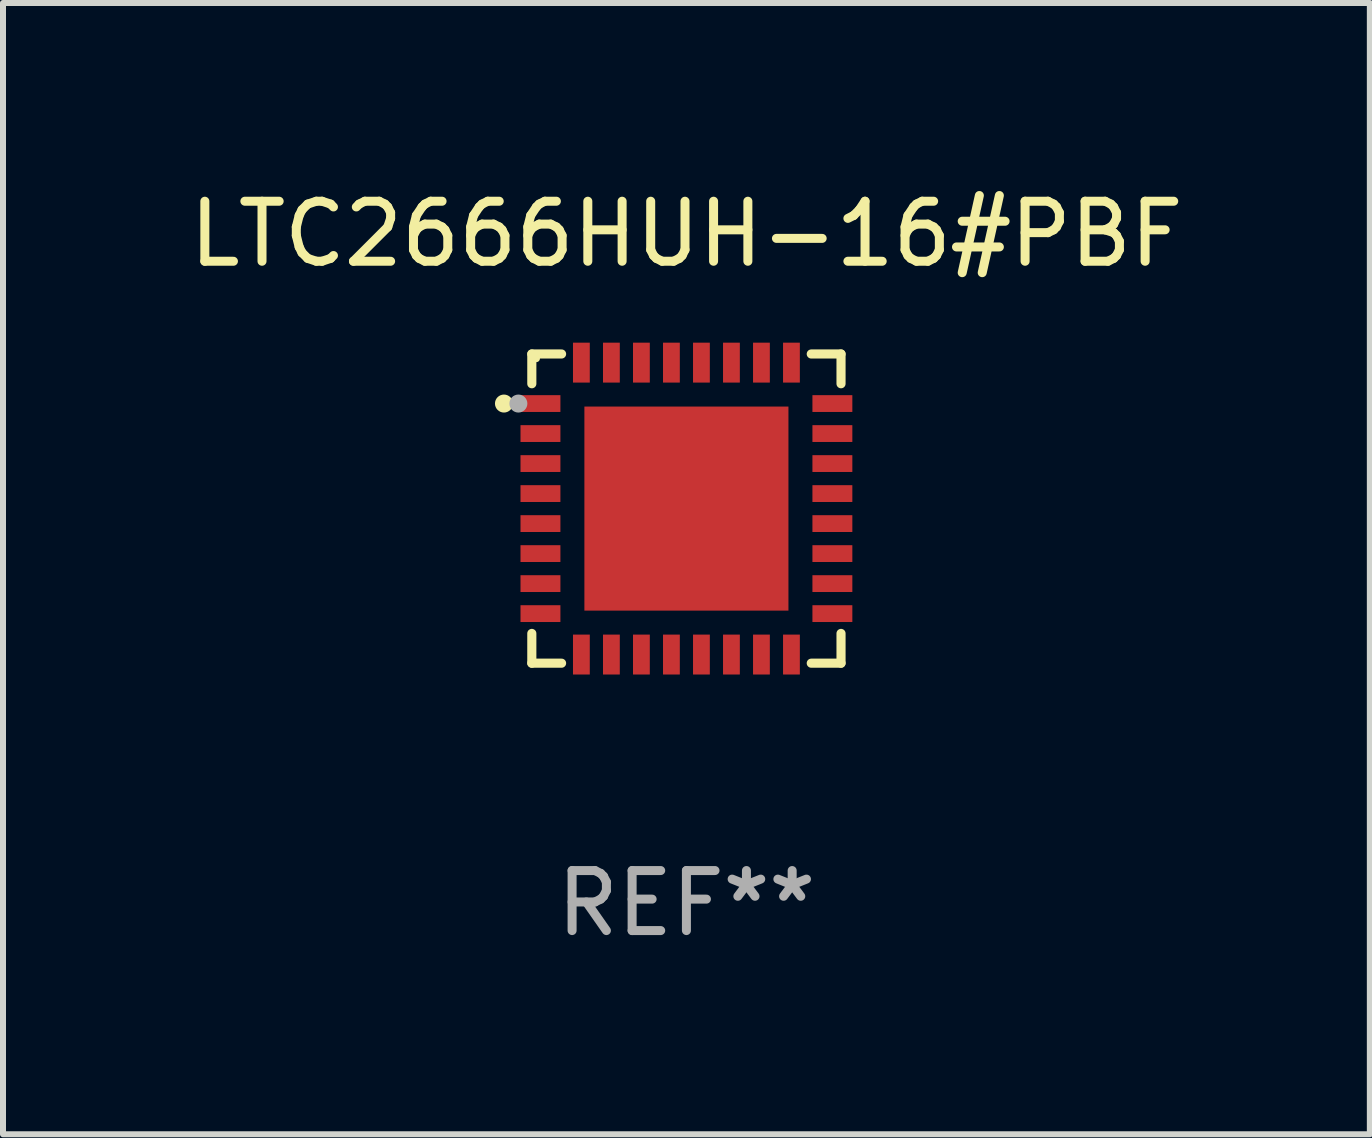
<source format=kicad_pcb>
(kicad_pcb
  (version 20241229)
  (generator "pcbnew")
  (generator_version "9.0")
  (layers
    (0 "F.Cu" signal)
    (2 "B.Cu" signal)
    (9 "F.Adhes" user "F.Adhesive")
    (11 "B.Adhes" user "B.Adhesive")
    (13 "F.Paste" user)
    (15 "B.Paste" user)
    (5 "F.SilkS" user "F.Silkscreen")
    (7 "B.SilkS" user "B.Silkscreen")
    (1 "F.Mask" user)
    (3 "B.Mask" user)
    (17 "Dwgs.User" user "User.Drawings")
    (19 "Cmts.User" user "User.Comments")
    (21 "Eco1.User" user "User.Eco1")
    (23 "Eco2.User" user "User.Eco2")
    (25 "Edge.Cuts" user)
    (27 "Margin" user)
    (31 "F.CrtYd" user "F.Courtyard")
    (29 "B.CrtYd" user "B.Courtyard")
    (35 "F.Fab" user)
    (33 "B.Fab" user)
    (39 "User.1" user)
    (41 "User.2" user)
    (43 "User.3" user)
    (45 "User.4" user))
  (footprint "LTC2666HUH-16#PBF"
    (layer "F.Cu")
    (at 8.387 5.424)
    (property "Reference" "LTC2666HUH-16#PBF" (at 0 -4.576 0) (layer "F.SilkS") (effects (font (size 1 1) (thickness 0.15))))
    (attr through_hole)
    (fp_line (start -2.576 -2.576) (end -2.576 -2.08) (stroke (width 0.152) (type solid)) (layer "F.SilkS"))
    (fp_line (start -2.576 2.576) (end -2.576 2.08) (stroke (width 0.152) (type solid)) (layer "F.SilkS"))
    (fp_line (start -2.08 -2.576) (end -2.576 -2.576) (stroke (width 0.152) (type solid)) (layer "F.SilkS"))
    (fp_line (start -2.08 2.576) (end -2.576 2.576) (stroke (width 0.152) (type solid)) (layer "F.SilkS"))
    (fp_line (start 2.08 -2.576) (end 2.576 -2.576) (stroke (width 0.152) (type solid)) (layer "F.SilkS"))
    (fp_line (start 2.08 2.576) (end 2.576 2.576) (stroke (width 0.152) (type solid)) (layer "F.SilkS"))
    (fp_line (start 2.576 -2.576) (end 2.576 -2.08) (stroke (width 0.152) (type solid)) (layer "F.SilkS"))
    (fp_line (start 2.576 2.576) (end 2.576 2.08) (stroke (width 0.152) (type solid)) (layer "F.SilkS"))
    (fp_circle (center -3.04 -1.75) (end -2.965 -1.75) (stroke (width 0.15) (type solid)) (fill no) (layer "F.SilkS"))
    (fp_circle (center -2.5 -2.5) (end -2.47 -2.5) (stroke (width 0.06) (type solid)) (fill no) (layer "F.SilkS"))
    (fp_circle (center -2.8 -1.75) (end -2.725 -1.75) (stroke (width 0.15) (type solid)) (fill no) (layer "F.Fab"))
    (fp_text user "REF**" (at 0 6.576 0) (layer "F.Fab") (effects (font (size 1 1) (thickness 0.15))))
    (pad "1" smd rect (at -2.432 -1.75) (size 0.665 0.28) (layers "F.Cu" "F.Mask" "F.Paste"))
    (pad "2" smd rect (at -2.432 -1.25) (size 0.665 0.28) (layers "F.Cu" "F.Mask" "F.Paste"))
    (pad "3" smd rect (at -2.432 -0.75) (size 0.665 0.28) (layers "F.Cu" "F.Mask" "F.Paste"))
    (pad "4" smd rect (at -2.432 -0.25) (size 0.665 0.28) (layers "F.Cu" "F.Mask" "F.Paste"))
    (pad "5" smd rect (at -2.432 0.25) (size 0.665 0.28) (layers "F.Cu" "F.Mask" "F.Paste"))
    (pad "6" smd rect (at -2.432 0.75) (size 0.665 0.28) (layers "F.Cu" "F.Mask" "F.Paste"))
    (pad "7" smd rect (at -2.432 1.25) (size 0.665 0.28) (layers "F.Cu" "F.Mask" "F.Paste"))
    (pad "8" smd rect (at -2.432 1.75) (size 0.665 0.28) (layers "F.Cu" "F.Mask" "F.Paste"))
    (pad "9" smd rect (at -1.75 2.432) (size 0.28 0.665) (layers "F.Cu" "F.Mask" "F.Paste"))
    (pad "10" smd rect (at -1.25 2.432) (size 0.28 0.665) (layers "F.Cu" "F.Mask" "F.Paste"))
    (pad "11" smd rect (at -0.75 2.432) (size 0.28 0.665) (layers "F.Cu" "F.Mask" "F.Paste"))
    (pad "12" smd rect (at -0.25 2.432) (size 0.28 0.665) (layers "F.Cu" "F.Mask" "F.Paste"))
    (pad "13" smd rect (at 0.25 2.432) (size 0.28 0.665) (layers "F.Cu" "F.Mask" "F.Paste"))
    (pad "14" smd rect (at 0.75 2.432) (size 0.28 0.665) (layers "F.Cu" "F.Mask" "F.Paste"))
    (pad "15" smd rect (at 1.25 2.432) (size 0.28 0.665) (layers "F.Cu" "F.Mask" "F.Paste"))
    (pad "16" smd rect (at 1.75 2.432) (size 0.28 0.665) (layers "F.Cu" "F.Mask" "F.Paste"))
    (pad "17" smd rect (at 2.432 1.75) (size 0.665 0.28) (layers "F.Cu" "F.Mask" "F.Paste"))
    (pad "18" smd rect (at 2.432 1.25) (size 0.665 0.28) (layers "F.Cu" "F.Mask" "F.Paste"))
    (pad "19" smd rect (at 2.432 0.75) (size 0.665 0.28) (layers "F.Cu" "F.Mask" "F.Paste"))
    (pad "20" smd rect (at 2.432 0.25) (size 0.665 0.28) (layers "F.Cu" "F.Mask" "F.Paste"))
    (pad "21" smd rect (at 2.432 -0.25) (size 0.665 0.28) (layers "F.Cu" "F.Mask" "F.Paste"))
    (pad "22" smd rect (at 2.432 -0.75) (size 0.665 0.28) (layers "F.Cu" "F.Mask" "F.Paste"))
    (pad "23" smd rect (at 2.432 -1.25) (size 0.665 0.28) (layers "F.Cu" "F.Mask" "F.Paste"))
    (pad "24" smd rect (at 2.432 -1.75) (size 0.665 0.28) (layers "F.Cu" "F.Mask" "F.Paste"))
    (pad "25" smd rect (at 1.75 -2.432) (size 0.28 0.665) (layers "F.Cu" "F.Mask" "F.Paste"))
    (pad "26" smd rect (at 1.25 -2.432) (size 0.28 0.665) (layers "F.Cu" "F.Mask" "F.Paste"))
    (pad "27" smd rect (at 0.75 -2.432) (size 0.28 0.665) (layers "F.Cu" "F.Mask" "F.Paste"))
    (pad "28" smd rect (at 0.25 -2.432) (size 0.28 0.665) (layers "F.Cu" "F.Mask" "F.Paste"))
    (pad "29" smd rect (at -0.25 -2.432) (size 0.28 0.665) (layers "F.Cu" "F.Mask" "F.Paste"))
    (pad "30" smd rect (at -0.75 -2.432) (size 0.28 0.665) (layers "F.Cu" "F.Mask" "F.Paste"))
    (pad "31" smd rect (at -1.25 -2.432) (size 0.28 0.665) (layers "F.Cu" "F.Mask" "F.Paste"))
    (pad "32" smd rect (at -1.75 -2.432) (size 0.28 0.665) (layers "F.Cu" "F.Mask" "F.Paste"))
    (pad "33" smd rect (at 0 0) (size 3.4 3.4) (layers "F.Cu" "F.Mask" "F.Paste")))
  (gr_rect
    (start -3 -3)
    (end 19.774 15.849)
    (stroke (width 0.1) (type default))
    (fill no)
    (layer "Edge.Cuts")))
</source>
